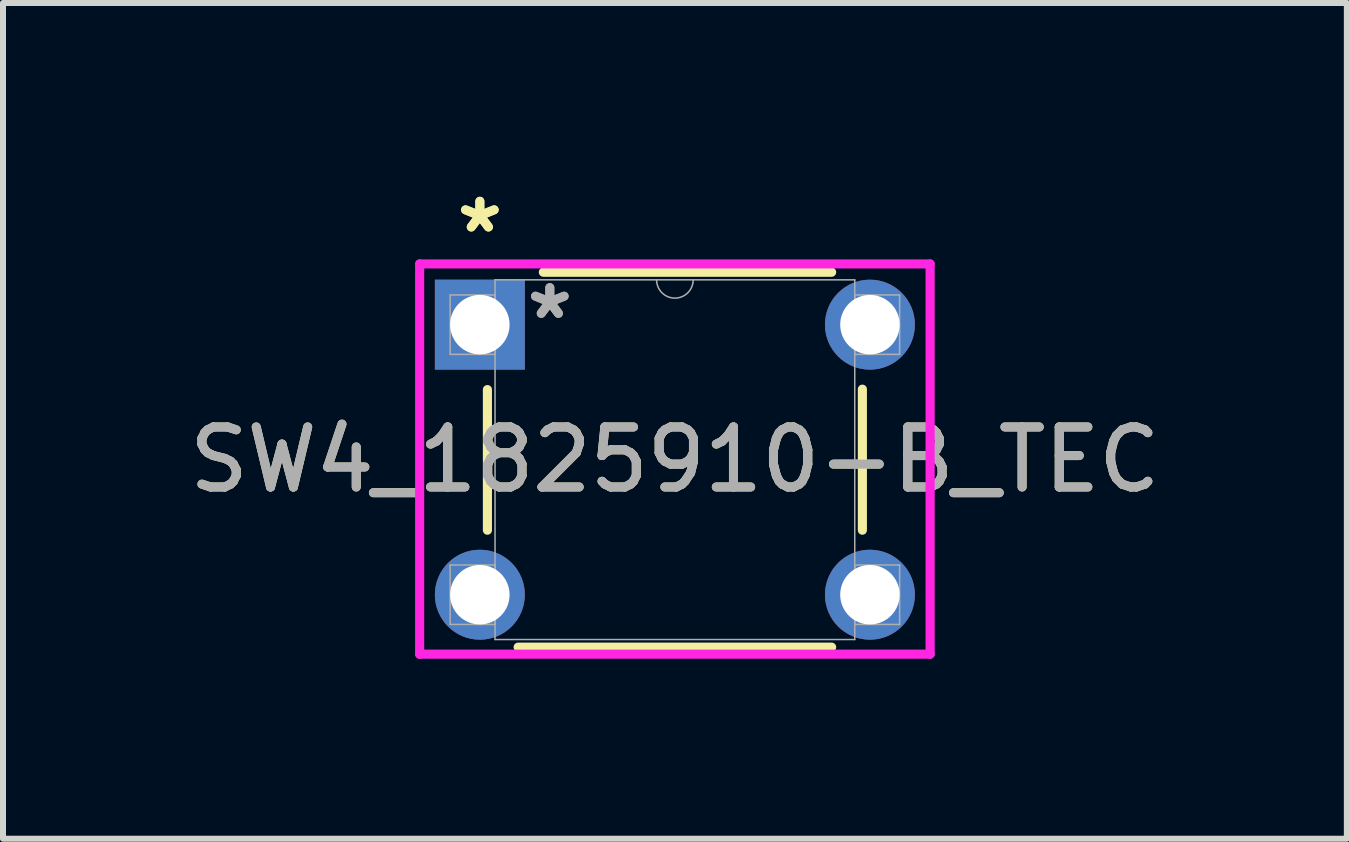
<source format=kicad_pcb>
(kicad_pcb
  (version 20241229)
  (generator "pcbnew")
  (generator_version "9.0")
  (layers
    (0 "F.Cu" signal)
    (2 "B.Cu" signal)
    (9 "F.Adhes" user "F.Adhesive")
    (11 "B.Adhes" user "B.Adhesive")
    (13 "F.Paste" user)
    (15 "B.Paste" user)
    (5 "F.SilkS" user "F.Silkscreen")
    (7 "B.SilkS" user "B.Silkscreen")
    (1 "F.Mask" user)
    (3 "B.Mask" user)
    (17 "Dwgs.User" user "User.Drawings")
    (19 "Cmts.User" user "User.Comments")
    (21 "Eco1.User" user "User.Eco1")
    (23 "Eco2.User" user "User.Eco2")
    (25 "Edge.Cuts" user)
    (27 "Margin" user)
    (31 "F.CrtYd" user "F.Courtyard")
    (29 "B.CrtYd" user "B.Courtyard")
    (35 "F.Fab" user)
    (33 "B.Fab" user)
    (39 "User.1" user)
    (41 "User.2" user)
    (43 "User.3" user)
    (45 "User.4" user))
  (footprint "SW4_1825910-B_TEC"
    (layer "F.Cu")
    (at 11.446 6.86)
    (property "Reference" "SW4_1825910-B_TEC" (at -3.25 -2.25 0) (unlocked yes) (layer "F.SilkS") (effects (font (size 1 1) (thickness 0.15))))
    (attr through_hole)
    (fp_line (start -6.374 -3.418) (end -6.374 -1.075) (stroke (width 0.152) (type solid)) (layer "F.SilkS"))
    (fp_line (start -5.862 0.874) (end -0.638 0.874) (stroke (width 0.152) (type solid)) (layer "F.SilkS"))
    (fp_line (start -0.638 -5.374) (end -5.442 -5.374) (stroke (width 0.152) (type solid)) (layer "F.SilkS"))
    (fp_line (start -0.126 -1.075) (end -0.126 -3.425) (stroke (width 0.152) (type solid)) (layer "F.SilkS"))
    (fp_line (start -7.503 -5.512) (end 1.003 -5.512) (stroke (width 0.152) (type solid)) (layer "F.CrtYd"))
    (fp_line (start -7.503 0.991) (end -7.503 -5.512) (stroke (width 0.152) (type solid)) (layer "F.CrtYd"))
    (fp_line (start 1.003 -5.512) (end 1.003 0.991) (stroke (width 0.152) (type solid)) (layer "F.CrtYd"))
    (fp_line (start 1.003 0.991) (end -7.503 0.991) (stroke (width 0.152) (type solid)) (layer "F.CrtYd"))
    (fp_line (start -6.995 -4.995) (end -6.995 -4.005) (stroke (width 0.025) (type solid)) (layer "F.Fab"))
    (fp_line (start -6.995 -4.005) (end -6.247 -4.005) (stroke (width 0.025) (type solid)) (layer "F.Fab"))
    (fp_line (start -6.995 -0.495) (end -6.995 0.495) (stroke (width 0.025) (type solid)) (layer "F.Fab"))
    (fp_line (start -6.995 0.495) (end -6.247 0.495) (stroke (width 0.025) (type solid)) (layer "F.Fab"))
    (fp_line (start -6.247 -5.247) (end -6.247 0.747) (stroke (width 0.025) (type solid)) (layer "F.Fab"))
    (fp_line (start -6.247 -4.995) (end -6.995 -4.995) (stroke (width 0.025) (type solid)) (layer "F.Fab"))
    (fp_line (start -6.247 -4.005) (end -6.247 -4.995) (stroke (width 0.025) (type solid)) (layer "F.Fab"))
    (fp_line (start -6.247 -0.495) (end -6.995 -0.495) (stroke (width 0.025) (type solid)) (layer "F.Fab"))
    (fp_line (start -6.247 0.495) (end -6.247 -0.495) (stroke (width 0.025) (type solid)) (layer "F.Fab"))
    (fp_line (start -6.247 0.747) (end -0.253 0.747) (stroke (width 0.025) (type solid)) (layer "F.Fab"))
    (fp_line (start -0.253 -5.247) (end -6.247 -5.247) (stroke (width 0.025) (type solid)) (layer "F.Fab"))
    (fp_line (start -0.253 -4.995) (end -0.253 -4.005) (stroke (width 0.025) (type solid)) (layer "F.Fab"))
    (fp_line (start -0.253 -4.005) (end 0.495 -4.005) (stroke (width 0.025) (type solid)) (layer "F.Fab"))
    (fp_line (start -0.253 -0.495) (end -0.253 0.495) (stroke (width 0.025) (type solid)) (layer "F.Fab"))
    (fp_line (start -0.253 0.495) (end 0.495 0.495) (stroke (width 0.025) (type solid)) (layer "F.Fab"))
    (fp_line (start -0.253 0.747) (end -0.253 -5.247) (stroke (width 0.025) (type solid)) (layer "F.Fab"))
    (fp_line (start 0.495 -4.995) (end -0.253 -4.995) (stroke (width 0.025) (type solid)) (layer "F.Fab"))
    (fp_line (start 0.495 -4.005) (end 0.495 -4.995) (stroke (width 0.025) (type solid)) (layer "F.Fab"))
    (fp_line (start 0.495 -0.495) (end -0.253 -0.495) (stroke (width 0.025) (type solid)) (layer "F.Fab"))
    (fp_line (start 0.495 0.495) (end 0.495 -0.495) (stroke (width 0.025) (type solid)) (layer "F.Fab"))
    (fp_arc (start -2.9452 -5.247201) (mid -3.25 -4.942401) (end -3.5548 -5.247201) (stroke (width 0.0254) (type solid)) (layer "F.Fab"))
    (fp_text user "*" (at -6.5 -6.011 0) (unlocked yes) (layer "F.SilkS") (effects (font (size 1 1) (thickness 0.15))))
    (fp_text user "*" (at -6.5 -6.011 0) (layer "F.SilkS") (effects (font (size 1 1) (thickness 0.15))))
    (fp_text user "${REFERENCE}" (at -3.25 -2.25 0) (unlocked yes) (layer "F.Fab") (effects (font (size 1 1) (thickness 0.15))))
    (fp_text user "*" (at -5.334 -4.572 0) (unlocked yes) (layer "F.Fab") (effects (font (size 1 1) (thickness 0.15))))
    (fp_text user "*" (at -5.334 -4.572 0) (layer "F.Fab") (effects (font (size 1 1) (thickness 0.15))))
    (pad "1" thru_hole rect (at -6.5 -4.5) (size 1.499 1.499) (drill 0.991) (layers "*.Cu" "*.Mask"))
    (pad "2" thru_hole circle (at 0.000001 -4.5) (size 1.499 1.499) (drill 0.991) (layers "*.Cu" "*.Mask"))
    (pad "3" thru_hole circle (at -6.5 0) (size 1.499 1.499) (drill 0.991) (layers "*.Cu" "*.Mask"))
    (pad "4" thru_hole circle (at 0.000001 0) (size 1.499 1.499) (drill 0.991) (layers "*.Cu" "*.Mask")))
  (gr_rect
    (start -3 -3)
    (end 19.393 10.926)
    (stroke (width 0.1) (type default))
    (fill no)
    (layer "Edge.Cuts")))
</source>
